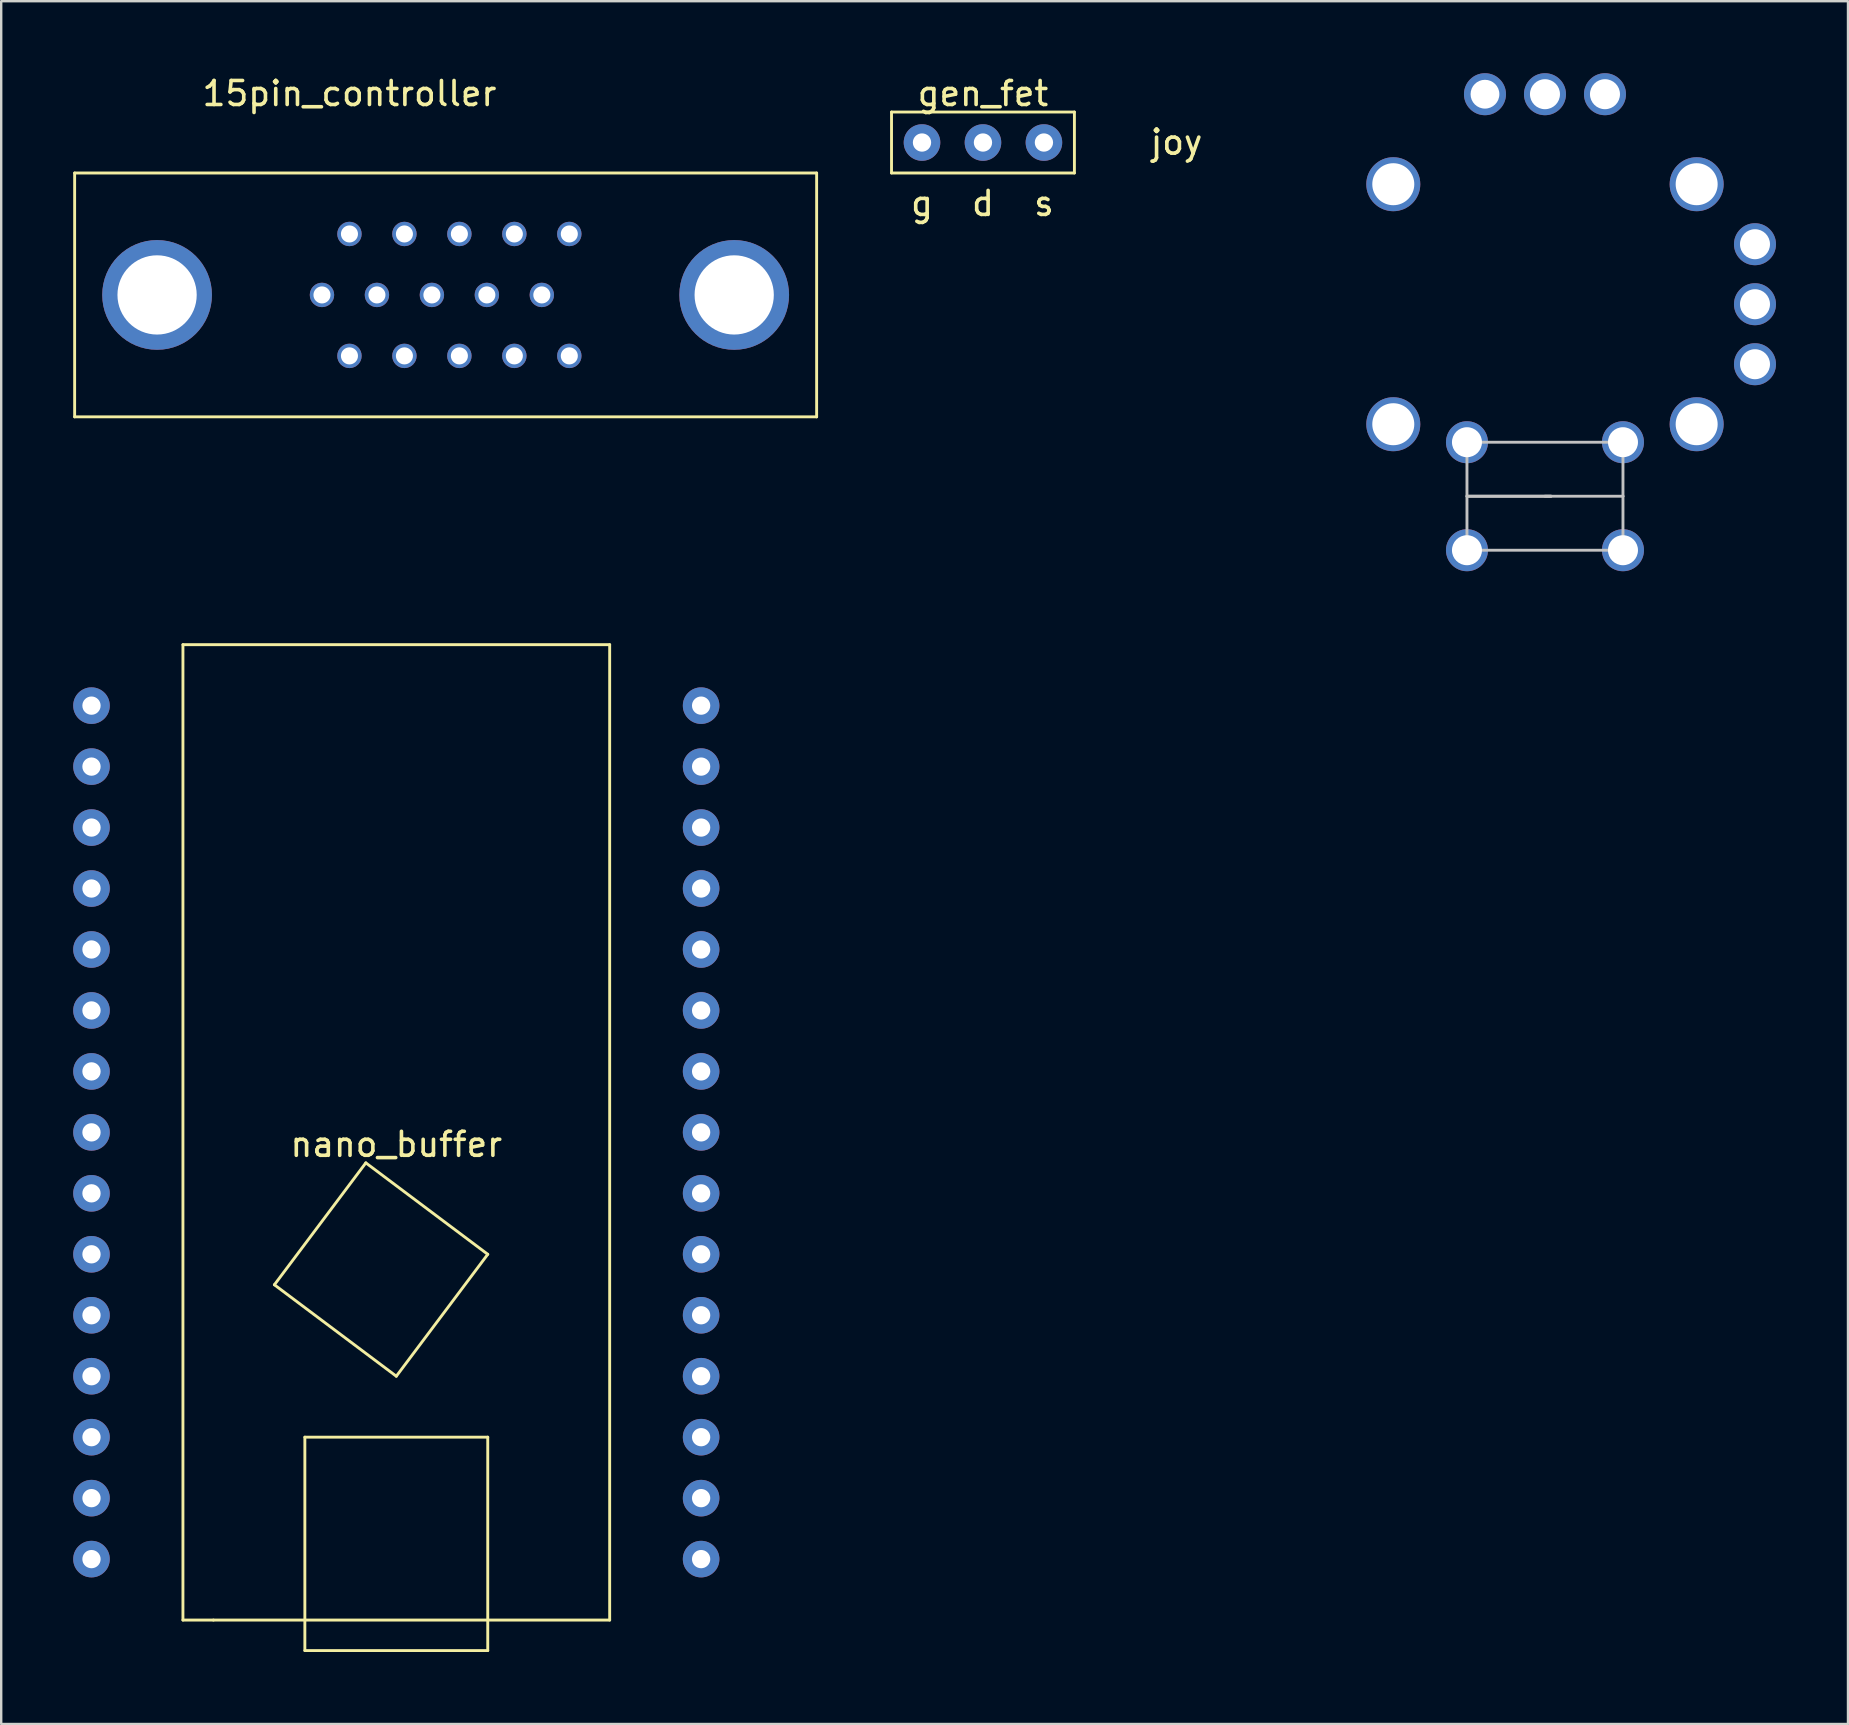
<source format=kicad_pcb>
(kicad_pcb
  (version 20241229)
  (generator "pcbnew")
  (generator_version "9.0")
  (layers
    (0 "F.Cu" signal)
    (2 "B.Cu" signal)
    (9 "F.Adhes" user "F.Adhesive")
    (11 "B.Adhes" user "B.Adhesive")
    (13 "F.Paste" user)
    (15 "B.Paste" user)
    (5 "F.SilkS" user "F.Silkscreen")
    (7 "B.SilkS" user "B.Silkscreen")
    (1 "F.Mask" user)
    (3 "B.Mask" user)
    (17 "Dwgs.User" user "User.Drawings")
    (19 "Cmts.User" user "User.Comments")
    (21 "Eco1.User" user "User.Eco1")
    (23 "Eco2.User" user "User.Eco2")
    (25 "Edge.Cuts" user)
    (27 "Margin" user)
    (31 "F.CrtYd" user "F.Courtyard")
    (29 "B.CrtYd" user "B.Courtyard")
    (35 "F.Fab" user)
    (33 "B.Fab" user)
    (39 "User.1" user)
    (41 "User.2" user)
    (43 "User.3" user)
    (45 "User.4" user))
  (footprint "joy"
    (layer "F.Cu")
    (at 61.321 9.625)
    (property "Reference" "joy" (at -15.35 -6.75 0) (layer "F.SilkS") (effects (font (size 1 1) (thickness 0.15))))
    (attr through_hole)
    (fp_line (start -3.25 5.75) (end -3.25 10.25) (stroke (width 0.12) (type solid)) (layer "Dwgs.User"))
    (fp_line (start -3.25 8) (end 0.25 8) (stroke (width 0.12) (type solid)) (layer "Dwgs.User"))
    (fp_line (start -3.25 10.25) (end 3.25 10.25) (stroke (width 0.12) (type solid)) (layer "Dwgs.User"))
    (fp_line (start 0 8) (end 3.25 8) (stroke (width 0.12) (type solid)) (layer "Dwgs.User"))
    (fp_line (start 0.25 8) (end -3.25 8) (stroke (width 0.12) (type solid)) (layer "Dwgs.User"))
    (fp_line (start 3.25 5.75) (end -3.25 5.75) (stroke (width 0.12) (type solid)) (layer "Dwgs.User"))
    (fp_line (start 3.25 8) (end 3.25 5.75) (stroke (width 0.12) (type solid)) (layer "Dwgs.User"))
    (fp_line (start 3.25 10.25) (end 3.25 8) (stroke (width 0.12) (type solid)) (layer "Dwgs.User"))
    (pad "1" thru_hole circle (at 8.75 -2.5) (size 1.75 1.75) (drill 1.25) (layers "*.Cu" "*.Mask"))
    (pad "2" thru_hole circle (at 8.75 0) (size 1.75 1.75) (drill 1.25) (layers "*.Cu" "*.Mask"))
    (pad "3" thru_hole circle (at 8.75 2.5) (size 1.75 1.75) (drill 1.25) (layers "*.Cu" "*.Mask"))
    (pad "4" thru_hole circle (at 2.5 -8.75) (size 1.75 1.75) (drill 1.25) (layers "*.Cu" "*.Mask"))
    (pad "5" thru_hole circle (at 0 -8.75) (size 1.75 1.75) (drill 1.25) (layers "*.Cu" "*.Mask"))
    (pad "6" thru_hole circle (at -2.5 -8.75) (size 1.75 1.75) (drill 1.2) (layers "*.Cu" "*.Mask"))
    (pad "7" thru_hole circle (at -3.25 5.75) (size 1.75 1.75) (drill 1.25) (layers "*.Cu" "*.Mask"))
    (pad "7" thru_hole circle (at 3.25 5.75) (size 1.75 1.75) (drill 1.25) (layers "*.Cu" "*.Mask"))
    (pad "8" thru_hole circle (at -3.25 10.25) (size 1.75 1.75) (drill 1.25) (layers "*.Cu" "*.Mask"))
    (pad "8" thru_hole circle (at 3.25 10.25) (size 1.75 1.75) (drill 1.25) (layers "*.Cu" "*.Mask"))
    (pad "11" thru_hole circle (at -6.32 -5) (size 2.25 2.25) (drill 1.75) (layers "*.Cu" "*.Mask"))
    (pad "12" thru_hole circle (at -6.32 5) (size 2.25 2.25) (drill 1.75) (layers "*.Cu" "*.Mask"))
    (pad "13" thru_hole circle (at 6.32 5) (size 2.25 2.25) (drill 1.75) (layers "*.Cu" "*.Mask"))
    (pad "14" thru_hole circle (at 6.32 -5) (size 2.25 2.25) (drill 1.75) (layers "*.Cu" "*.Mask")))
  (footprint "nano_buffer"
    (layer "F.Cu")
    (at 13.462 44.13)
    (property "Reference" "nano_buffer" (at 0 0.5 0) (layer "F.SilkS") (effects (font (size 1 1) (thickness 0.15))))
    (attr through_hole)
    (fp_line (start -8.89 -20.32) (end -8.89 20.32) (stroke (width 0.12) (type solid)) (layer "F.SilkS"))
    (fp_line (start -8.89 20.32) (end -7.62 20.32) (stroke (width 0.12) (type solid)) (layer "F.SilkS"))
    (fp_line (start -7.62 20.32) (end 8.89 20.32) (stroke (width 0.12) (type solid)) (layer "F.SilkS"))
    (fp_line (start -5.08 6.35) (end 0 10.16) (stroke (width 0.12) (type solid)) (layer "F.SilkS"))
    (fp_line (start -3.81 12.7) (end -3.81 21.59) (stroke (width 0.12) (type solid)) (layer "F.SilkS"))
    (fp_line (start -3.81 21.59) (end 3.81 21.59) (stroke (width 0.12) (type solid)) (layer "F.SilkS"))
    (fp_line (start -1.27 1.27) (end -5.08 6.35) (stroke (width 0.12) (type solid)) (layer "F.SilkS"))
    (fp_line (start 0 10.16) (end 3.81 5.08) (stroke (width 0.12) (type solid)) (layer "F.SilkS"))
    (fp_line (start 3.81 5.08) (end -1.27 1.27) (stroke (width 0.12) (type solid)) (layer "F.SilkS"))
    (fp_line (start 3.81 12.7) (end -3.81 12.7) (stroke (width 0.12) (type solid)) (layer "F.SilkS"))
    (fp_line (start 3.81 21.59) (end 3.81 12.7) (stroke (width 0.12) (type solid)) (layer "F.SilkS"))
    (fp_line (start 8.89 -20.32) (end -8.89 -20.32) (stroke (width 0.12) (type solid)) (layer "F.SilkS"))
    (fp_line (start 8.89 20.32) (end 8.89 -20.32) (stroke (width 0.12) (type solid)) (layer "F.SilkS"))
    (pad "1" thru_hole circle (at -12.7 -17.78) (size 1.524 1.524) (drill 0.762) (layers "*.Cu" "*.Mask"))
    (pad "2" thru_hole circle (at -12.7 -15.24) (size 1.524 1.524) (drill 0.762) (layers "*.Cu" "*.Mask"))
    (pad "3" thru_hole circle (at -12.7 -12.7) (size 1.524 1.524) (drill 0.762) (layers "*.Cu" "*.Mask"))
    (pad "4" thru_hole circle (at -12.7 -10.16) (size 1.524 1.524) (drill 0.762) (layers "*.Cu" "*.Mask"))
    (pad "5" thru_hole circle (at -12.7 -7.62) (size 1.524 1.524) (drill 0.762) (layers "*.Cu" "*.Mask"))
    (pad "6" thru_hole circle (at -12.7 -5.08) (size 1.524 1.524) (drill 0.762) (layers "*.Cu" "*.Mask"))
    (pad "7" thru_hole circle (at -12.7 -2.54) (size 1.524 1.524) (drill 0.762) (layers "*.Cu" "*.Mask"))
    (pad "8" thru_hole circle (at -12.7 0) (size 1.524 1.524) (drill 0.762) (layers "*.Cu" "*.Mask"))
    (pad "9" thru_hole circle (at -12.7 2.54) (size 1.524 1.524) (drill 0.762) (layers "*.Cu" "*.Mask"))
    (pad "10" thru_hole circle (at -12.7 5.08) (size 1.524 1.524) (drill 0.762) (layers "*.Cu" "*.Mask"))
    (pad "11" thru_hole circle (at -12.7 7.62) (size 1.524 1.524) (drill 0.762) (layers "*.Cu" "*.Mask"))
    (pad "12" thru_hole circle (at -12.7 10.16) (size 1.524 1.524) (drill 0.762) (layers "*.Cu" "*.Mask"))
    (pad "13" thru_hole circle (at -12.7 12.7) (size 1.524 1.524) (drill 0.762) (layers "*.Cu" "*.Mask"))
    (pad "14" thru_hole circle (at -12.7 15.24) (size 1.524 1.524) (drill 0.762) (layers "*.Cu" "*.Mask"))
    (pad "15" thru_hole circle (at -12.7 17.78) (size 1.524 1.524) (drill 0.762) (layers "*.Cu" "*.Mask"))
    (pad "16" thru_hole circle (at 12.7 17.78) (size 1.524 1.524) (drill 0.762) (layers "*.Cu" "*.Mask"))
    (pad "17" thru_hole circle (at 12.7 15.24) (size 1.524 1.524) (drill 0.762) (layers "*.Cu" "*.Mask"))
    (pad "18" thru_hole circle (at 12.7 12.7) (size 1.524 1.524) (drill 0.762) (layers "*.Cu" "*.Mask"))
    (pad "19" thru_hole circle (at 12.7 10.16) (size 1.524 1.524) (drill 0.762) (layers "*.Cu" "*.Mask"))
    (pad "20" thru_hole circle (at 12.7 7.62) (size 1.524 1.524) (drill 0.762) (layers "*.Cu" "*.Mask"))
    (pad "21" thru_hole circle (at 12.7 5.08) (size 1.524 1.524) (drill 0.762) (layers "*.Cu" "*.Mask"))
    (pad "22" thru_hole circle (at 12.7 2.54) (size 1.524 1.524) (drill 0.762) (layers "*.Cu" "*.Mask"))
    (pad "23" thru_hole circle (at 12.7 0) (size 1.524 1.524) (drill 0.762) (layers "*.Cu" "*.Mask"))
    (pad "24" thru_hole circle (at 12.7 -2.54) (size 1.524 1.524) (drill 0.762) (layers "*.Cu" "*.Mask"))
    (pad "25" thru_hole circle (at 12.7 -5.08) (size 1.524 1.524) (drill 0.762) (layers "*.Cu" "*.Mask"))
    (pad "26" thru_hole circle (at 12.7 -7.62) (size 1.524 1.524) (drill 0.762) (layers "*.Cu" "*.Mask"))
    (pad "27" thru_hole circle (at 12.7 -10.16) (size 1.524 1.524) (drill 0.762) (layers "*.Cu" "*.Mask"))
    (pad "28" thru_hole circle (at 12.7 -12.7) (size 1.524 1.524) (drill 0.762) (layers "*.Cu" "*.Mask"))
    (pad "29" thru_hole circle (at 12.7 -15.24) (size 1.524 1.524) (drill 0.762) (layers "*.Cu" "*.Mask"))
    (pad "30" thru_hole circle (at 12.7 -17.78) (size 1.524 1.524) (drill 0.762) (layers "*.Cu" "*.Mask")))
  (footprint "15pin_controller"
    (layer "F.Cu")
    (at 11.51 6.698)
    (property "Reference" "15pin_controller" (at 0 -5.85 0) (layer "F.SilkS") (effects (font (size 1 1) (thickness 0.15))))
    (attr through_hole)
    (fp_line (start -11.45 -2.54) (end -11.45 7.62) (stroke (width 0.12) (type solid)) (layer "F.SilkS"))
    (fp_line (start -11.45 7.62) (end 19.465 7.62) (stroke (width 0.12) (type solid)) (layer "F.SilkS"))
    (fp_line (start 19.465 -2.54) (end -11.45 -2.54) (stroke (width 0.12) (type solid)) (layer "F.SilkS"))
    (fp_line (start 19.465 7.62) (end 19.465 -2.54) (stroke (width 0.12) (type solid)) (layer "F.SilkS"))
    (pad " " thru_hole circle (at -8.015 2.54 90) (size 4.572 4.572) (drill 3.302) (layers "*.Cu" "*.Mask"))
    (pad " " thru_hole circle (at 16.03 2.54 90) (size 4.572 4.572) (drill 3.302) (layers "*.Cu" "*.Mask"))
    (pad "1" thru_hole circle (at 0 0 90) (size 1.016 1.016) (drill 0.711) (layers "*.Cu" "*.Mask"))
    (pad "2" thru_hole circle (at 2.29 0 90) (size 1.016 1.016) (drill 0.711) (layers "*.Cu" "*.Mask"))
    (pad "3" thru_hole circle (at 4.58 0 90) (size 1.016 1.016) (drill 0.711) (layers "*.Cu" "*.Mask"))
    (pad "4" thru_hole circle (at 6.87 0 90) (size 1.016 1.016) (drill 0.711) (layers "*.Cu" "*.Mask"))
    (pad "5" thru_hole circle (at 9.16 0 90) (size 1.016 1.016) (drill 0.711) (layers "*.Cu" "*.Mask"))
    (pad "6" thru_hole circle (at -1.145 2.54 90) (size 1.016 1.016) (drill 0.711) (layers "*.Cu" "*.Mask"))
    (pad "7" thru_hole circle (at 1.145 2.54 90) (size 1.016 1.016) (drill 0.711) (layers "*.Cu" "*.Mask"))
    (pad "8" thru_hole circle (at 3.435 2.54 90) (size 1.016 1.016) (drill 0.711) (layers "*.Cu" "*.Mask"))
    (pad "9" thru_hole circle (at 5.725 2.54 90) (size 1.016 1.016) (drill 0.711) (layers "*.Cu" "*.Mask"))
    (pad "10" thru_hole circle (at 8.015 2.54 90) (size 1.016 1.016) (drill 0.711) (layers "*.Cu" "*.Mask"))
    (pad "11" thru_hole circle (at 0 5.08 90) (size 1.016 1.016) (drill 0.711) (layers "*.Cu" "*.Mask"))
    (pad "12" thru_hole circle (at 2.29 5.08 90) (size 1.016 1.016) (drill 0.711) (layers "*.Cu" "*.Mask"))
    (pad "13" thru_hole circle (at 4.58 5.08 90) (size 1.016 1.016) (drill 0.711) (layers "*.Cu" "*.Mask"))
    (pad "14" thru_hole circle (at 6.87 5.08 90) (size 1.016 1.016) (drill 0.711) (layers "*.Cu" "*.Mask"))
    (pad "15" thru_hole circle (at 9.16 5.08 90) (size 1.016 1.016) (drill 0.711) (layers "*.Cu" "*.Mask")))
  (footprint "gen_fet"
    (layer "F.Cu")
    (at 37.905 2.888)
    (property "Reference" "gen_fet" (at 0 -2.04 0) (layer "F.SilkS") (effects (font (size 1 1) (thickness 0.15))))
    (attr through_hole)
    (fp_line (start -3.81 -1.27) (end 3.81 -1.27) (stroke (width 0.12) (type solid)) (layer "F.SilkS"))
    (fp_line (start -3.81 1.27) (end -3.81 -1.27) (stroke (width 0.12) (type solid)) (layer "F.SilkS"))
    (fp_line (start 3.81 -1.27) (end 3.81 1.27) (stroke (width 0.12) (type solid)) (layer "F.SilkS"))
    (fp_line (start 3.81 1.27) (end -3.81 1.27) (stroke (width 0.12) (type solid)) (layer "F.SilkS"))
    (fp_text user "d" (at 0 2.54 0) (layer "F.SilkS") (effects (font (size 1 1) (thickness 0.15))))
    (fp_text user "s" (at 2.54 2.54 0) (layer "F.SilkS") (effects (font (size 1 1) (thickness 0.15))))
    (fp_text user "g" (at -2.54 2.54 0) (layer "F.SilkS") (effects (font (size 1 1) (thickness 0.15))))
    (pad "1" thru_hole circle (at -2.54 0) (size 1.524 1.524) (drill 0.762) (layers "*.Cu" "*.Mask"))
    (pad "2" thru_hole circle (at 0 0) (size 1.524 1.524) (drill 0.762) (layers "*.Cu" "*.Mask"))
    (pad "3" thru_hole circle (at 2.54 0) (size 1.524 1.524) (drill 0.762) (layers "*.Cu" "*.Mask")))
  (gr_rect
    (start -3 -3)
    (end 73.946 68.78)
    (stroke (width 0.1) (type default))
    (fill no)
    (layer "Edge.Cuts")))
</source>
